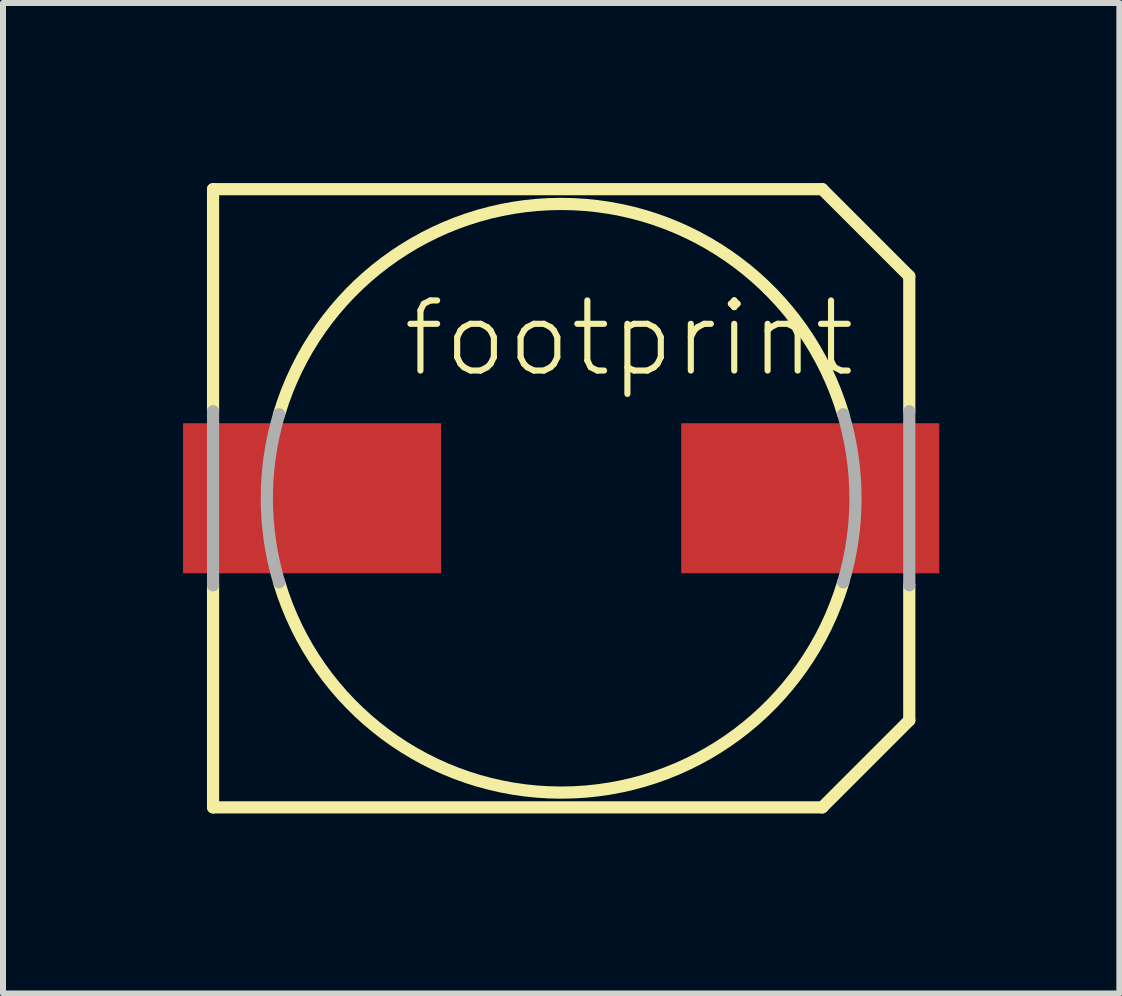
<source format=kicad_pcb>
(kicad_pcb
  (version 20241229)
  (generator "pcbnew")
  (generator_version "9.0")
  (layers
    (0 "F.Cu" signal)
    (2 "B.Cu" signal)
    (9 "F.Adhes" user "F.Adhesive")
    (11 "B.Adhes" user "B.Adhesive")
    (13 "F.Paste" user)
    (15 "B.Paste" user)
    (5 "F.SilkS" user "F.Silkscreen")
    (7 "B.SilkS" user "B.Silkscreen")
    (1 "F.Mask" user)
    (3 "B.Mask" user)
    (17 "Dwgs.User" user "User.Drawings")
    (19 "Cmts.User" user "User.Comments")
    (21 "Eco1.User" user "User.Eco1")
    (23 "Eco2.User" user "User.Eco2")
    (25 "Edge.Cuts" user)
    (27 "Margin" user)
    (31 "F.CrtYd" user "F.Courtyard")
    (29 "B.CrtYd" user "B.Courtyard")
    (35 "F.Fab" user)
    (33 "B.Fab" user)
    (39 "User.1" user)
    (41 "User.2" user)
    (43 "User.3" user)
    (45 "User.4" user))
  (footprint "footprint"
    (layer "F.Cu")
    (at 6.3 5.252)
    (property "Reference" "footprint" (at -2.69 -1.98 0) (layer "F.SilkS") (effects (font (size 1.168 1.168) (thickness 0.102)) (justify left bottom)))
    (fp_line (start -5.8 -5.15) (end 4.35 -5.15) (stroke (width 0.203) (type solid)) (layer "F.SilkS"))
    (fp_line (start -5.8 -1.45) (end -5.8 -5.15) (stroke (width 0.203) (type solid)) (layer "F.SilkS"))
    (fp_line (start -5.8 5.15) (end -5.8 1.45) (stroke (width 0.203) (type solid)) (layer "F.SilkS"))
    (fp_line (start 4.35 5.15) (end -5.8 5.15) (stroke (width 0.203) (type solid)) (layer "F.SilkS"))
    (fp_line (start 5.8 -3.7) (end 4.35 -5.15) (stroke (width 0.203) (type solid)) (layer "F.SilkS"))
    (fp_line (start 5.8 -3.7) (end 5.8 -1.45) (stroke (width 0.203) (type solid)) (layer "F.SilkS"))
    (fp_line (start 5.8 1.45) (end 5.8 3.7) (stroke (width 0.203) (type solid)) (layer "F.SilkS"))
    (fp_line (start 5.8 3.7) (end 4.35 5.15) (stroke (width 0.203) (type solid)) (layer "F.SilkS"))
    (fp_arc (start -4.7 -1.4) (mid 0 -4.90408) (end 4.7 -1.4) (stroke (width 0.2032) (type solid)) (layer "F.SilkS"))
    (fp_arc (start 4.7 1.4) (mid 0 4.90408) (end -4.7 1.4) (stroke (width 0.2032) (type solid)) (layer "F.SilkS"))
    (fp_line (start -5.8 1.45) (end -5.8 -1.45) (stroke (width 0.203) (type solid)) (layer "F.Fab"))
    (fp_line (start 5.8 -1.45) (end 5.8 1.45) (stroke (width 0.203) (type solid)) (layer "F.Fab"))
    (fp_arc (start -4.7 1.4) (mid -4.90408 0) (end -4.7 -1.4) (stroke (width 0.2032) (type solid)) (layer "F.Fab"))
    (fp_arc (start 4.7 -1.4) (mid 4.90408 0) (end 4.7 1.4) (stroke (width 0.2032) (type solid)) (layer "F.Fab"))
    (pad "+" smd rect (at 4.15 0) (size 4.3 2.5) (layers "F.Cu" "F.Mask" "F.Paste"))
    (pad "-" smd rect (at -4.15 0) (size 4.3 2.5) (layers "F.Cu" "F.Mask" "F.Paste")))
  (gr_rect
    (start -3 -3)
    (end 15.6 13.503)
    (stroke (width 0.1) (type default))
    (fill no)
    (layer "Edge.Cuts")))
</source>
